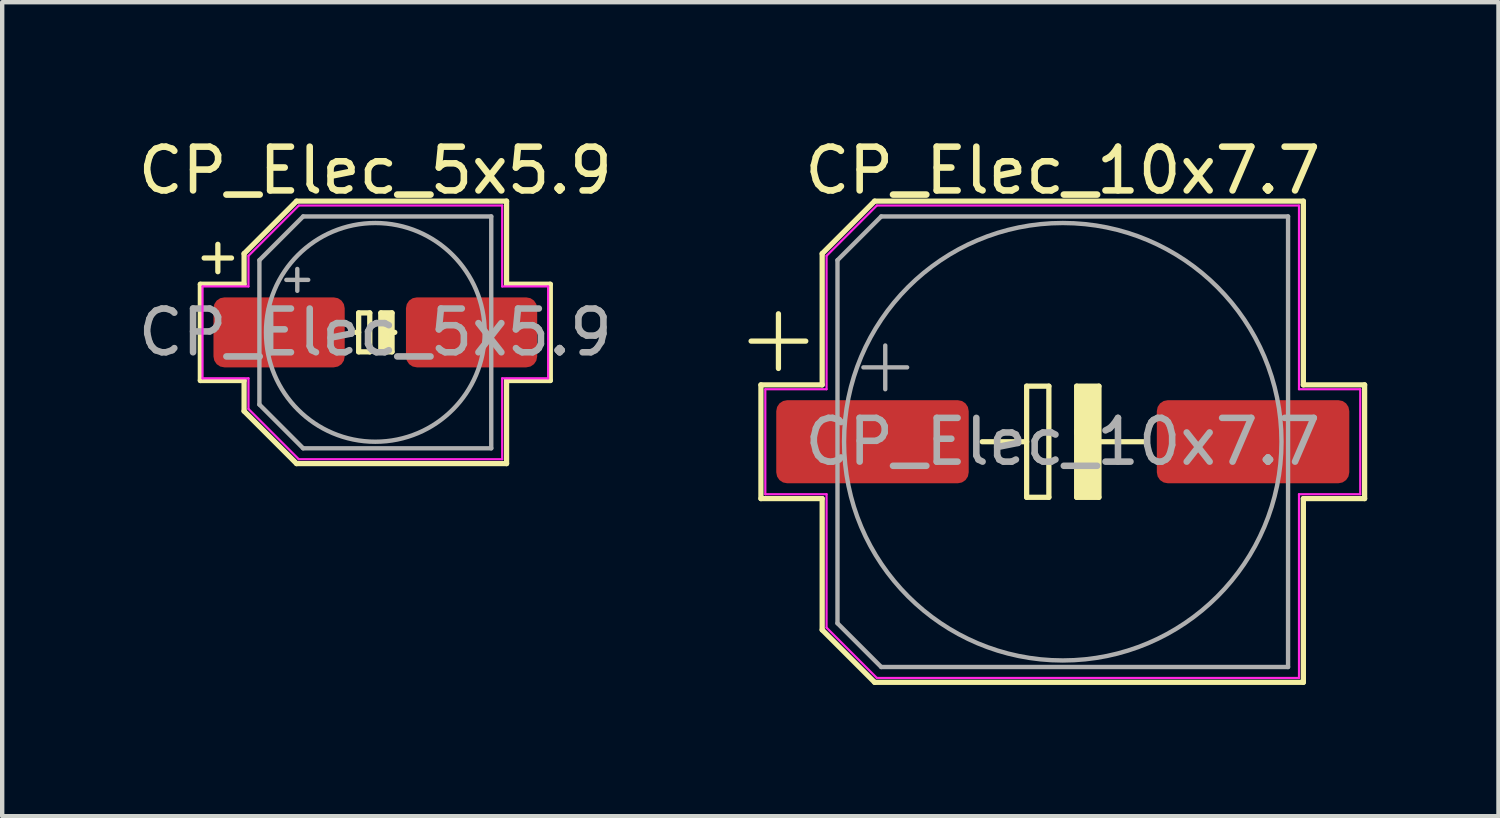
<source format=kicad_pcb>
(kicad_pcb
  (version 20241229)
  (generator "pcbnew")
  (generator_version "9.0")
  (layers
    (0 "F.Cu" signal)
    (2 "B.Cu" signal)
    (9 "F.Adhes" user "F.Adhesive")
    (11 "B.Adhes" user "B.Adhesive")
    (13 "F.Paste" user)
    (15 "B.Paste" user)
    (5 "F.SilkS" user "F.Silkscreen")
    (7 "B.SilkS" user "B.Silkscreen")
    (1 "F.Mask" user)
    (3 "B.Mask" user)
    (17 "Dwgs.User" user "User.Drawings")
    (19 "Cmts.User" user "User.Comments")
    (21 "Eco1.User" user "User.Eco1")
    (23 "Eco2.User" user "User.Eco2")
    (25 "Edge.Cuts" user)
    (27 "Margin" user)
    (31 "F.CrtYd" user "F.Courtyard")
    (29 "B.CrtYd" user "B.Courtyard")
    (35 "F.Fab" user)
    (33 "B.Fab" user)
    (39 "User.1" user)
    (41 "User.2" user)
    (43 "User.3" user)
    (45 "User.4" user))
  (footprint "CP_Elec_5x5.9"
    (layer "F.Cu")
    (at 5.53 4.548)
    (property "Reference" "CP_Elec_5x5.9" (at 0 -3.7 0) (layer "F.SilkS") (effects (font (size 1 1) (thickness 0.15))))
    (attr smd)
    (fp_line (start -4 -1.1) (end -4 1.1) (stroke (width 0.12) (type solid)) (layer "F.SilkS"))
    (fp_line (start -4 1.1) (end -3 1.1) (stroke (width 0.12) (type solid)) (layer "F.SilkS"))
    (fp_line (start -3.913 -1.7) (end -3.288 -1.7) (stroke (width 0.12) (type solid)) (layer "F.SilkS"))
    (fp_line (start -3.6 -2.013) (end -3.6 -1.387) (stroke (width 0.12) (type solid)) (layer "F.SilkS"))
    (fp_line (start -3 -1.8) (end -3 -1.1) (stroke (width 0.12) (type solid)) (layer "F.SilkS"))
    (fp_line (start -3 -1.1) (end -4 -1.1) (stroke (width 0.12) (type solid)) (layer "F.SilkS"))
    (fp_line (start -3 1.1) (end -3 1.8) (stroke (width 0.12) (type solid)) (layer "F.SilkS"))
    (fp_line (start -3 1.8) (end -1.8 3) (stroke (width 0.12) (type solid)) (layer "F.SilkS"))
    (fp_line (start -1.8 -3) (end -3 -1.8) (stroke (width 0.12) (type solid)) (layer "F.SilkS"))
    (fp_line (start -1.8 3) (end 3 3) (stroke (width 0.12) (type solid)) (layer "F.SilkS"))
    (fp_line (start -0.381 0) (end -0.445 0) (stroke (width 0.12) (type solid)) (layer "F.SilkS"))
    (fp_line (start -0.381 0.445) (end -0.381 -0.445) (stroke (width 0.12) (type solid)) (layer "F.SilkS"))
    (fp_line (start -0.381 0.445) (end -0.127 0.445) (stroke (width 0.12) (type solid)) (layer "F.SilkS"))
    (fp_line (start -0.127 -0.445) (end -0.381 -0.445) (stroke (width 0.12) (type solid)) (layer "F.SilkS"))
    (fp_line (start -0.127 -0.445) (end -0.127 0.445) (stroke (width 0.12) (type solid)) (layer "F.SilkS"))
    (fp_line (start 0.127 -0.445) (end 0.127 -0.191) (stroke (width 0.12) (type solid)) (layer "F.SilkS"))
    (fp_line (start 0.127 -0.445) (end 0.381 -0.445) (stroke (width 0.12) (type solid)) (layer "F.SilkS"))
    (fp_line (start 0.127 -0.191) (end 0.127 0.445) (stroke (width 0.12) (type solid)) (layer "F.SilkS"))
    (fp_line (start 0.381 0) (end 0.445 0) (stroke (width 0.12) (type solid)) (layer "F.SilkS"))
    (fp_line (start 0.381 0.445) (end 0.127 0.445) (stroke (width 0.12) (type solid)) (layer "F.SilkS"))
    (fp_line (start 0.381 0.445) (end 0.381 -0.445) (stroke (width 0.12) (type solid)) (layer "F.SilkS"))
    (fp_line (start 3 -3) (end -1.8 -3) (stroke (width 0.12) (type solid)) (layer "F.SilkS"))
    (fp_line (start 3 -1.1) (end 3 -3) (stroke (width 0.12) (type solid)) (layer "F.SilkS"))
    (fp_line (start 3 1.1) (end 4 1.1) (stroke (width 0.12) (type solid)) (layer "F.SilkS"))
    (fp_line (start 3 3) (end 3 1.1) (stroke (width 0.12) (type solid)) (layer "F.SilkS"))
    (fp_line (start 4 -1.1) (end 3 -1.1) (stroke (width 0.12) (type solid)) (layer "F.SilkS"))
    (fp_line (start 4 1.1) (end 4 -1.1) (stroke (width 0.12) (type solid)) (layer "F.SilkS"))
    (fp_poly (pts (xy 0.381 0.445) (xy 0.127 0.445) (xy 0.127 -0.445) (xy 0.381 -0.445)) (stroke (width 0.1) (type solid)) (fill yes) (layer "F.SilkS"))
    (fp_line (start -3.95 -1.05) (end -3.95 1.05) (stroke (width 0.05) (type solid)) (layer "F.CrtYd"))
    (fp_line (start -3.95 1.05) (end -2.9 1.05) (stroke (width 0.05) (type solid)) (layer "F.CrtYd"))
    (fp_line (start -2.9 -1.75) (end -2.9 -1.05) (stroke (width 0.05) (type solid)) (layer "F.CrtYd"))
    (fp_line (start -2.9 -1.75) (end -1.75 -2.9) (stroke (width 0.05) (type solid)) (layer "F.CrtYd"))
    (fp_line (start -2.9 -1.05) (end -3.95 -1.05) (stroke (width 0.05) (type solid)) (layer "F.CrtYd"))
    (fp_line (start -2.9 1.05) (end -2.9 1.75) (stroke (width 0.05) (type solid)) (layer "F.CrtYd"))
    (fp_line (start -2.9 1.75) (end -1.75 2.9) (stroke (width 0.05) (type solid)) (layer "F.CrtYd"))
    (fp_line (start -1.75 -2.9) (end 2.9 -2.9) (stroke (width 0.05) (type solid)) (layer "F.CrtYd"))
    (fp_line (start -1.75 2.9) (end 2.9 2.9) (stroke (width 0.05) (type solid)) (layer "F.CrtYd"))
    (fp_line (start 2.9 -2.9) (end 2.9 -1.05) (stroke (width 0.05) (type solid)) (layer "F.CrtYd"))
    (fp_line (start 2.9 -1.05) (end 3.95 -1.05) (stroke (width 0.05) (type solid)) (layer "F.CrtYd"))
    (fp_line (start 2.9 1.05) (end 2.9 2.9) (stroke (width 0.05) (type solid)) (layer "F.CrtYd"))
    (fp_line (start 3.95 -1.05) (end 3.95 1.05) (stroke (width 0.05) (type solid)) (layer "F.CrtYd"))
    (fp_line (start 3.95 1.05) (end 2.9 1.05) (stroke (width 0.05) (type solid)) (layer "F.CrtYd"))
    (fp_line (start -2.65 -1.65) (end -2.65 1.65) (stroke (width 0.1) (type solid)) (layer "F.Fab"))
    (fp_line (start -2.65 -1.65) (end -1.65 -2.65) (stroke (width 0.1) (type solid)) (layer "F.Fab"))
    (fp_line (start -2.65 1.65) (end -1.65 2.65) (stroke (width 0.1) (type solid)) (layer "F.Fab"))
    (fp_line (start -2.034 -1.2) (end -1.534 -1.2) (stroke (width 0.1) (type solid)) (layer "F.Fab"))
    (fp_line (start -1.784 -1.45) (end -1.784 -0.95) (stroke (width 0.1) (type solid)) (layer "F.Fab"))
    (fp_line (start -1.65 -2.65) (end 2.65 -2.65) (stroke (width 0.1) (type solid)) (layer "F.Fab"))
    (fp_line (start -1.65 2.65) (end 2.65 2.65) (stroke (width 0.1) (type solid)) (layer "F.Fab"))
    (fp_line (start 2.65 -2.65) (end 2.65 2.65) (stroke (width 0.1) (type solid)) (layer "F.Fab"))
    (fp_circle (center 0 0) (end 2.5 0) (stroke (width 0.1) (type solid)) (fill no) (layer "F.Fab"))
    (fp_text user "${REFERENCE}" (at 0 0 0) (layer "F.Fab") (effects (font (size 1 1) (thickness 0.15))))
    (pad "1" smd roundrect (at -2.2 0) (size 3 1.6) (layers "F.Cu" "F.Mask" "F.Paste") (roundrect_rratio 0.156))
    (pad "2" smd roundrect (at 2.2 0) (size 3 1.6) (layers "F.Cu" "F.Mask" "F.Paste") (roundrect_rratio 0.156)))
  (footprint "CP_Elec_10x7.7"
    (layer "F.Cu")
    (at 21.245 7.048)
    (property "Reference" "CP_Elec_10x7.7" (at 0 -6.2 0) (layer "F.SilkS") (effects (font (size 1 1) (thickness 0.15))))
    (attr smd)
    (fp_line (start -7.125 -2.3) (end -5.875 -2.3) (stroke (width 0.12) (type solid)) (layer "F.SilkS"))
    (fp_line (start -6.9 -1.3) (end -6.9 1.3) (stroke (width 0.12) (type solid)) (layer "F.SilkS"))
    (fp_line (start -6.9 1.3) (end -5.5 1.3) (stroke (width 0.12) (type solid)) (layer "F.SilkS"))
    (fp_line (start -6.5 -2.925) (end -6.5 -1.675) (stroke (width 0.12) (type solid)) (layer "F.SilkS"))
    (fp_line (start -5.5 -4.3) (end -5.5 -1.3) (stroke (width 0.12) (type solid)) (layer "F.SilkS"))
    (fp_line (start -5.5 -1.3) (end -6.9 -1.3) (stroke (width 0.12) (type solid)) (layer "F.SilkS"))
    (fp_line (start -5.5 1.3) (end -5.5 4.3) (stroke (width 0.12) (type solid)) (layer "F.SilkS"))
    (fp_line (start -5.5 4.3) (end -4.3 5.5) (stroke (width 0.12) (type solid)) (layer "F.SilkS"))
    (fp_line (start -4.3 -5.5) (end -5.5 -4.3) (stroke (width 0.12) (type solid)) (layer "F.SilkS"))
    (fp_line (start -4.3 5.5) (end 5.5 5.5) (stroke (width 0.12) (type solid)) (layer "F.SilkS"))
    (fp_line (start -1.841 0) (end -0.826 0) (stroke (width 0.12) (type solid)) (layer "F.SilkS"))
    (fp_line (start -0.826 1.27) (end -0.826 -1.27) (stroke (width 0.12) (type solid)) (layer "F.SilkS"))
    (fp_line (start -0.318 -1.27) (end -0.826 -1.27) (stroke (width 0.12) (type solid)) (layer "F.SilkS"))
    (fp_line (start -0.318 -1.27) (end -0.318 1.27) (stroke (width 0.12) (type solid)) (layer "F.SilkS"))
    (fp_line (start -0.318 1.27) (end -0.826 1.27) (stroke (width 0.12) (type solid)) (layer "F.SilkS"))
    (fp_line (start 0.318 -1.27) (end 0.318 -0.191) (stroke (width 0.12) (type solid)) (layer "F.SilkS"))
    (fp_line (start 0.318 -0.254) (end 0.318 1.27) (stroke (width 0.12) (type solid)) (layer "F.SilkS"))
    (fp_line (start 0.318 1.27) (end 0.826 1.27) (stroke (width 0.12) (type solid)) (layer "F.SilkS"))
    (fp_line (start 0.826 -1.27) (end 0.318 -1.27) (stroke (width 0.12) (type solid)) (layer "F.SilkS"))
    (fp_line (start 0.826 0) (end 1.841 0) (stroke (width 0.12) (type solid)) (layer "F.SilkS"))
    (fp_line (start 0.826 1.27) (end 0.826 -1.27) (stroke (width 0.12) (type solid)) (layer "F.SilkS"))
    (fp_line (start 5.5 -5.5) (end -4.3 -5.5) (stroke (width 0.12) (type solid)) (layer "F.SilkS"))
    (fp_line (start 5.5 -1.3) (end 5.5 -5.5) (stroke (width 0.12) (type solid)) (layer "F.SilkS"))
    (fp_line (start 5.5 1.3) (end 6.9 1.3) (stroke (width 0.12) (type solid)) (layer "F.SilkS"))
    (fp_line (start 5.5 5.5) (end 5.5 1.3) (stroke (width 0.12) (type solid)) (layer "F.SilkS"))
    (fp_line (start 6.9 -1.3) (end 5.5 -1.3) (stroke (width 0.12) (type solid)) (layer "F.SilkS"))
    (fp_line (start 6.9 1.3) (end 6.9 -1.3) (stroke (width 0.12) (type solid)) (layer "F.SilkS"))
    (fp_poly (pts (xy 0.826 1.27) (xy 0.318 1.27) (xy 0.318 -1.27) (xy 0.826 -1.27)) (stroke (width 0.1) (type solid)) (fill yes) (layer "F.SilkS"))
    (fp_line (start -6.8 -1.2) (end -6.8 1.2) (stroke (width 0.05) (type solid)) (layer "F.CrtYd"))
    (fp_line (start -6.8 1.2) (end -5.4 1.2) (stroke (width 0.05) (type solid)) (layer "F.CrtYd"))
    (fp_line (start -5.4 -4.25) (end -5.4 -1.2) (stroke (width 0.05) (type solid)) (layer "F.CrtYd"))
    (fp_line (start -5.4 -4.25) (end -4.25 -5.4) (stroke (width 0.05) (type solid)) (layer "F.CrtYd"))
    (fp_line (start -5.4 -1.2) (end -6.8 -1.2) (stroke (width 0.05) (type solid)) (layer "F.CrtYd"))
    (fp_line (start -5.4 1.2) (end -5.4 4.25) (stroke (width 0.05) (type solid)) (layer "F.CrtYd"))
    (fp_line (start -5.4 4.25) (end -4.25 5.4) (stroke (width 0.05) (type solid)) (layer "F.CrtYd"))
    (fp_line (start -4.25 -5.4) (end 5.4 -5.4) (stroke (width 0.05) (type solid)) (layer "F.CrtYd"))
    (fp_line (start -4.25 5.4) (end 5.4 5.4) (stroke (width 0.05) (type solid)) (layer "F.CrtYd"))
    (fp_line (start 5.4 -5.4) (end 5.4 -1.2) (stroke (width 0.05) (type solid)) (layer "F.CrtYd"))
    (fp_line (start 5.4 -1.2) (end 6.8 -1.2) (stroke (width 0.05) (type solid)) (layer "F.CrtYd"))
    (fp_line (start 5.4 1.2) (end 5.4 5.4) (stroke (width 0.05) (type solid)) (layer "F.CrtYd"))
    (fp_line (start 6.8 -1.2) (end 6.8 1.2) (stroke (width 0.05) (type solid)) (layer "F.CrtYd"))
    (fp_line (start 6.8 1.2) (end 5.4 1.2) (stroke (width 0.05) (type solid)) (layer "F.CrtYd"))
    (fp_line (start -5.15 -4.15) (end -5.15 4.15) (stroke (width 0.1) (type solid)) (layer "F.Fab"))
    (fp_line (start -5.15 -4.15) (end -4.15 -5.15) (stroke (width 0.1) (type solid)) (layer "F.Fab"))
    (fp_line (start -5.15 4.15) (end -4.15 5.15) (stroke (width 0.1) (type solid)) (layer "F.Fab"))
    (fp_line (start -4.558 -1.7) (end -3.558 -1.7) (stroke (width 0.1) (type solid)) (layer "F.Fab"))
    (fp_line (start -4.15 -5.15) (end 5.15 -5.15) (stroke (width 0.1) (type solid)) (layer "F.Fab"))
    (fp_line (start -4.15 5.15) (end 5.15 5.15) (stroke (width 0.1) (type solid)) (layer "F.Fab"))
    (fp_line (start -4.058 -2.2) (end -4.058 -1.2) (stroke (width 0.1) (type solid)) (layer "F.Fab"))
    (fp_line (start 5.15 -5.15) (end 5.15 5.15) (stroke (width 0.1) (type solid)) (layer "F.Fab"))
    (fp_circle (center 0 0) (end 5 0) (stroke (width 0.1) (type solid)) (fill no) (layer "F.Fab"))
    (fp_text user "${REFERENCE}" (at 0 0 0) (layer "F.Fab") (effects (font (size 1 1) (thickness 0.15))))
    (pad "1" smd roundrect (at -4.35 0) (size 4.4 1.9) (layers "F.Cu" "F.Mask" "F.Paste") (roundrect_rratio 0.132))
    (pad "2" smd roundrect (at 4.35 0) (size 4.4 1.9) (layers "F.Cu" "F.Mask" "F.Paste") (roundrect_rratio 0.132)))
  (gr_rect
    (start -3 -3)
    (end 31.205 15.608)
    (stroke (width 0.1) (type default))
    (fill no)
    (layer "Edge.Cuts")))
</source>
